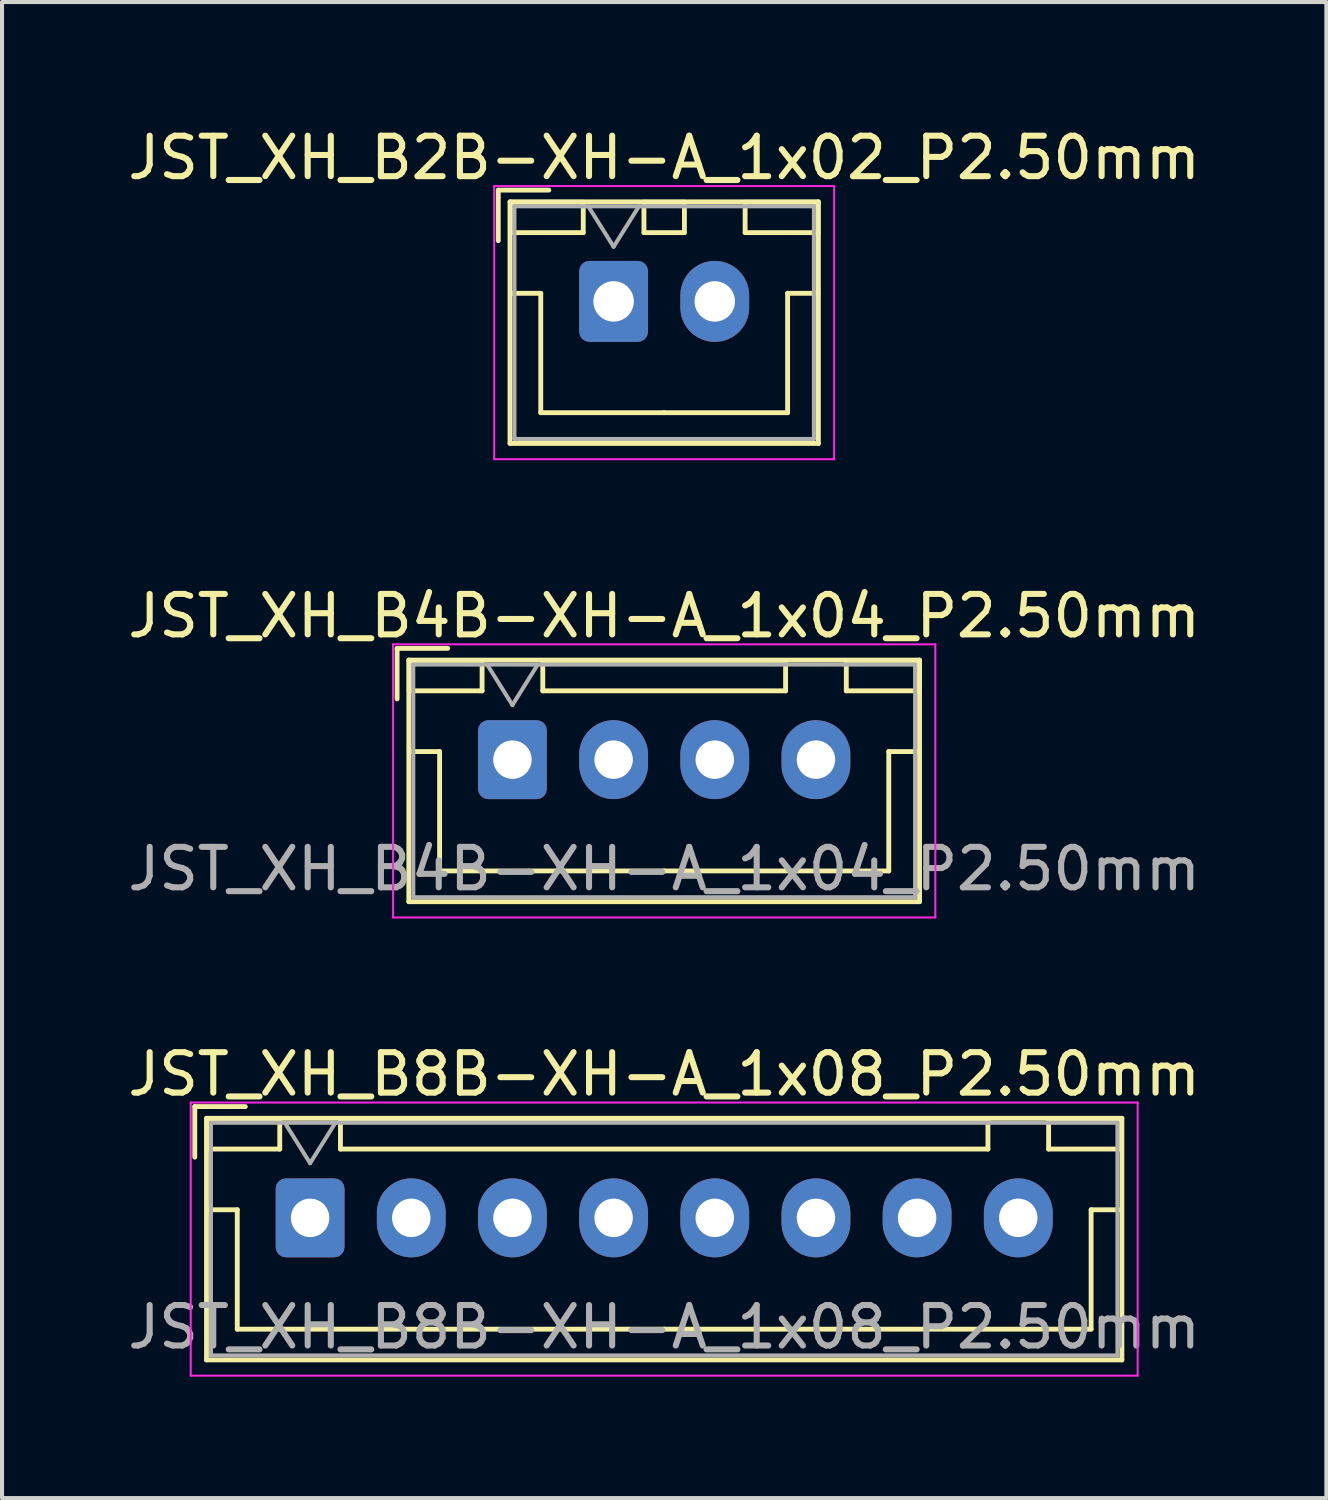
<source format=kicad_pcb>
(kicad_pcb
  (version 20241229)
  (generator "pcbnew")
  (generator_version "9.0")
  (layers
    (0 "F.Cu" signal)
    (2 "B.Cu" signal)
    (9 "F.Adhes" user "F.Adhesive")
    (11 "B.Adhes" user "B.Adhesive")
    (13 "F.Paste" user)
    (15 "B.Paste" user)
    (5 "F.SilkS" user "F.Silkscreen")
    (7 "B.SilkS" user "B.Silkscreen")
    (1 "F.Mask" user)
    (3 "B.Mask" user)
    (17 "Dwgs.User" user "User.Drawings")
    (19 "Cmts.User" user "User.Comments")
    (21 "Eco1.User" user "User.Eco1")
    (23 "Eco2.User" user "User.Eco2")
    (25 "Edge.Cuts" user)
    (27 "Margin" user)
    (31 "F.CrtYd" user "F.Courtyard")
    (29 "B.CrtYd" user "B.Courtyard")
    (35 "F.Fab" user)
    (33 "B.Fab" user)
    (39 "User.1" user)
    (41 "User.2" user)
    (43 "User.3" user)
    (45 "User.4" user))
  (footprint "JST_XH_B4B-XH-A_1x04_P2.50mm"
    (layer "F.Cu")
    (at 9.613 15.722)
    (property "Reference" "JST_XH_B4B-XH-A_1x04_P2.50mm" (at 3.75 -3.55 0) (layer "F.SilkS") (effects (font (size 1 1) (thickness 0.15))))
    (attr through_hole)
    (fp_line (start -2.85 -2.75) (end -2.85 -1.5) (stroke (width 0.12) (type solid)) (layer "F.SilkS"))
    (fp_line (start -2.56 -2.46) (end -2.56 3.51) (stroke (width 0.12) (type solid)) (layer "F.SilkS"))
    (fp_line (start -2.56 3.51) (end 10.06 3.51) (stroke (width 0.12) (type solid)) (layer "F.SilkS"))
    (fp_line (start -2.55 -2.45) (end -2.55 -1.7) (stroke (width 0.12) (type solid)) (layer "F.SilkS"))
    (fp_line (start -2.55 -1.7) (end -0.75 -1.7) (stroke (width 0.12) (type solid)) (layer "F.SilkS"))
    (fp_line (start -2.55 -0.2) (end -1.8 -0.2) (stroke (width 0.12) (type solid)) (layer "F.SilkS"))
    (fp_line (start -1.8 -0.2) (end -1.8 2.75) (stroke (width 0.12) (type solid)) (layer "F.SilkS"))
    (fp_line (start -1.8 2.75) (end 3.75 2.75) (stroke (width 0.12) (type solid)) (layer "F.SilkS"))
    (fp_line (start -1.6 -2.75) (end -2.85 -2.75) (stroke (width 0.12) (type solid)) (layer "F.SilkS"))
    (fp_line (start -0.75 -2.45) (end -2.55 -2.45) (stroke (width 0.12) (type solid)) (layer "F.SilkS"))
    (fp_line (start -0.75 -1.7) (end -0.75 -2.45) (stroke (width 0.12) (type solid)) (layer "F.SilkS"))
    (fp_line (start 0.75 -2.45) (end 0.75 -1.7) (stroke (width 0.12) (type solid)) (layer "F.SilkS"))
    (fp_line (start 0.75 -1.7) (end 6.75 -1.7) (stroke (width 0.12) (type solid)) (layer "F.SilkS"))
    (fp_line (start 6.75 -2.45) (end 0.75 -2.45) (stroke (width 0.12) (type solid)) (layer "F.SilkS"))
    (fp_line (start 6.75 -1.7) (end 6.75 -2.45) (stroke (width 0.12) (type solid)) (layer "F.SilkS"))
    (fp_line (start 8.25 -2.45) (end 8.25 -1.7) (stroke (width 0.12) (type solid)) (layer "F.SilkS"))
    (fp_line (start 8.25 -1.7) (end 10.05 -1.7) (stroke (width 0.12) (type solid)) (layer "F.SilkS"))
    (fp_line (start 9.3 -0.2) (end 9.3 2.75) (stroke (width 0.12) (type solid)) (layer "F.SilkS"))
    (fp_line (start 9.3 2.75) (end 3.75 2.75) (stroke (width 0.12) (type solid)) (layer "F.SilkS"))
    (fp_line (start 10.05 -2.45) (end 8.25 -2.45) (stroke (width 0.12) (type solid)) (layer "F.SilkS"))
    (fp_line (start 10.05 -1.7) (end 10.05 -2.45) (stroke (width 0.12) (type solid)) (layer "F.SilkS"))
    (fp_line (start 10.05 -0.2) (end 9.3 -0.2) (stroke (width 0.12) (type solid)) (layer "F.SilkS"))
    (fp_line (start 10.06 -2.46) (end -2.56 -2.46) (stroke (width 0.12) (type solid)) (layer "F.SilkS"))
    (fp_line (start 10.06 3.51) (end 10.06 -2.46) (stroke (width 0.12) (type solid)) (layer "F.SilkS"))
    (fp_line (start -2.95 -2.85) (end -2.95 3.9) (stroke (width 0.05) (type solid)) (layer "F.CrtYd"))
    (fp_line (start -2.95 3.9) (end 10.45 3.9) (stroke (width 0.05) (type solid)) (layer "F.CrtYd"))
    (fp_line (start 10.45 -2.85) (end -2.95 -2.85) (stroke (width 0.05) (type solid)) (layer "F.CrtYd"))
    (fp_line (start 10.45 3.9) (end 10.45 -2.85) (stroke (width 0.05) (type solid)) (layer "F.CrtYd"))
    (fp_line (start -2.45 -2.35) (end -2.45 3.4) (stroke (width 0.1) (type solid)) (layer "F.Fab"))
    (fp_line (start -2.45 3.4) (end 9.95 3.4) (stroke (width 0.1) (type solid)) (layer "F.Fab"))
    (fp_line (start -0.625 -2.35) (end 0 -1.35) (stroke (width 0.1) (type solid)) (layer "F.Fab"))
    (fp_line (start 0 -1.35) (end 0.625 -2.35) (stroke (width 0.1) (type solid)) (layer "F.Fab"))
    (fp_line (start 9.95 -2.35) (end -2.45 -2.35) (stroke (width 0.1) (type solid)) (layer "F.Fab"))
    (fp_line (start 9.95 3.4) (end 9.95 -2.35) (stroke (width 0.1) (type solid)) (layer "F.Fab"))
    (fp_text user "${REFERENCE}" (at 3.75 2.7 0) (layer "F.Fab") (effects (font (size 1 1) (thickness 0.15))))
    (pad "1" thru_hole roundrect (at 0 0) (size 1.7 1.95) (drill 0.95) (layers "*.Cu" "*.Mask") (roundrect_rratio 0.147))
    (pad "2" thru_hole oval (at 2.5 0) (size 1.7 1.95) (drill 0.95) (layers "*.Cu" "*.Mask"))
    (pad "3" thru_hole oval (at 5 0) (size 1.7 1.95) (drill 0.95) (layers "*.Cu" "*.Mask"))
    (pad "4" thru_hole oval (at 7.5 0) (size 1.7 1.95) (drill 0.95) (layers "*.Cu" "*.Mask")))
  (footprint "JST_XH_B8B-XH-A_1x08_P2.50mm"
    (layer "F.Cu")
    (at 4.613 27.045)
    (property "Reference" "JST_XH_B8B-XH-A_1x08_P2.50mm" (at 8.75 -3.55 0) (layer "F.SilkS") (effects (font (size 1 1) (thickness 0.15))))
    (attr through_hole)
    (fp_line (start -2.85 -2.75) (end -2.85 -1.5) (stroke (width 0.12) (type solid)) (layer "F.SilkS"))
    (fp_line (start -2.56 -2.46) (end -2.56 3.51) (stroke (width 0.12) (type solid)) (layer "F.SilkS"))
    (fp_line (start -2.56 3.51) (end 20.06 3.51) (stroke (width 0.12) (type solid)) (layer "F.SilkS"))
    (fp_line (start -2.55 -2.45) (end -2.55 -1.7) (stroke (width 0.12) (type solid)) (layer "F.SilkS"))
    (fp_line (start -2.55 -1.7) (end -0.75 -1.7) (stroke (width 0.12) (type solid)) (layer "F.SilkS"))
    (fp_line (start -2.55 -0.2) (end -1.8 -0.2) (stroke (width 0.12) (type solid)) (layer "F.SilkS"))
    (fp_line (start -1.8 -0.2) (end -1.8 2.75) (stroke (width 0.12) (type solid)) (layer "F.SilkS"))
    (fp_line (start -1.8 2.75) (end 8.75 2.75) (stroke (width 0.12) (type solid)) (layer "F.SilkS"))
    (fp_line (start -1.6 -2.75) (end -2.85 -2.75) (stroke (width 0.12) (type solid)) (layer "F.SilkS"))
    (fp_line (start -0.75 -2.45) (end -2.55 -2.45) (stroke (width 0.12) (type solid)) (layer "F.SilkS"))
    (fp_line (start -0.75 -1.7) (end -0.75 -2.45) (stroke (width 0.12) (type solid)) (layer "F.SilkS"))
    (fp_line (start 0.75 -2.45) (end 0.75 -1.7) (stroke (width 0.12) (type solid)) (layer "F.SilkS"))
    (fp_line (start 0.75 -1.7) (end 16.75 -1.7) (stroke (width 0.12) (type solid)) (layer "F.SilkS"))
    (fp_line (start 16.75 -2.45) (end 0.75 -2.45) (stroke (width 0.12) (type solid)) (layer "F.SilkS"))
    (fp_line (start 16.75 -1.7) (end 16.75 -2.45) (stroke (width 0.12) (type solid)) (layer "F.SilkS"))
    (fp_line (start 18.25 -2.45) (end 18.25 -1.7) (stroke (width 0.12) (type solid)) (layer "F.SilkS"))
    (fp_line (start 18.25 -1.7) (end 20.05 -1.7) (stroke (width 0.12) (type solid)) (layer "F.SilkS"))
    (fp_line (start 19.3 -0.2) (end 19.3 2.75) (stroke (width 0.12) (type solid)) (layer "F.SilkS"))
    (fp_line (start 19.3 2.75) (end 8.75 2.75) (stroke (width 0.12) (type solid)) (layer "F.SilkS"))
    (fp_line (start 20.05 -2.45) (end 18.25 -2.45) (stroke (width 0.12) (type solid)) (layer "F.SilkS"))
    (fp_line (start 20.05 -1.7) (end 20.05 -2.45) (stroke (width 0.12) (type solid)) (layer "F.SilkS"))
    (fp_line (start 20.05 -0.2) (end 19.3 -0.2) (stroke (width 0.12) (type solid)) (layer "F.SilkS"))
    (fp_line (start 20.06 -2.46) (end -2.56 -2.46) (stroke (width 0.12) (type solid)) (layer "F.SilkS"))
    (fp_line (start 20.06 3.51) (end 20.06 -2.46) (stroke (width 0.12) (type solid)) (layer "F.SilkS"))
    (fp_line (start -2.95 -2.85) (end -2.95 3.9) (stroke (width 0.05) (type solid)) (layer "F.CrtYd"))
    (fp_line (start -2.95 3.9) (end 20.45 3.9) (stroke (width 0.05) (type solid)) (layer "F.CrtYd"))
    (fp_line (start 20.45 -2.85) (end -2.95 -2.85) (stroke (width 0.05) (type solid)) (layer "F.CrtYd"))
    (fp_line (start 20.45 3.9) (end 20.45 -2.85) (stroke (width 0.05) (type solid)) (layer "F.CrtYd"))
    (fp_line (start -2.45 -2.35) (end -2.45 3.4) (stroke (width 0.1) (type solid)) (layer "F.Fab"))
    (fp_line (start -2.45 3.4) (end 19.95 3.4) (stroke (width 0.1) (type solid)) (layer "F.Fab"))
    (fp_line (start -0.625 -2.35) (end 0 -1.35) (stroke (width 0.1) (type solid)) (layer "F.Fab"))
    (fp_line (start 0 -1.35) (end 0.625 -2.35) (stroke (width 0.1) (type solid)) (layer "F.Fab"))
    (fp_line (start 19.95 -2.35) (end -2.45 -2.35) (stroke (width 0.1) (type solid)) (layer "F.Fab"))
    (fp_line (start 19.95 3.4) (end 19.95 -2.35) (stroke (width 0.1) (type solid)) (layer "F.Fab"))
    (fp_text user "${REFERENCE}" (at 8.75 2.7 0) (layer "F.Fab") (effects (font (size 1 1) (thickness 0.15))))
    (pad "1" thru_hole roundrect (at 0 0) (size 1.7 1.95) (drill 0.95) (layers "*.Cu" "*.Mask") (roundrect_rratio 0.147))
    (pad "2" thru_hole oval (at 2.5 0) (size 1.7 1.95) (drill 0.95) (layers "*.Cu" "*.Mask"))
    (pad "3" thru_hole oval (at 5 0) (size 1.7 1.95) (drill 0.95) (layers "*.Cu" "*.Mask"))
    (pad "4" thru_hole oval (at 7.5 0) (size 1.7 1.95) (drill 0.95) (layers "*.Cu" "*.Mask"))
    (pad "5" thru_hole oval (at 10 0) (size 1.7 1.95) (drill 0.95) (layers "*.Cu" "*.Mask"))
    (pad "6" thru_hole oval (at 12.5 0) (size 1.7 1.95) (drill 0.95) (layers "*.Cu" "*.Mask"))
    (pad "7" thru_hole oval (at 15 0) (size 1.7 1.95) (drill 0.95) (layers "*.Cu" "*.Mask"))
    (pad "8" thru_hole oval (at 17.5 0) (size 1.7 1.95) (drill 0.95) (layers "*.Cu" "*.Mask")))
  (footprint "JST_XH_B2B-XH-A_1x02_P2.50mm"
    (layer "F.Cu")
    (at 12.113 4.398)
    (property "Reference" "JST_XH_B2B-XH-A_1x02_P2.50mm" (at 1.25 -3.55 0) (layer "F.SilkS") (effects (font (size 1 1) (thickness 0.15))))
    (attr through_hole)
    (fp_line (start -2.85 -2.75) (end -2.85 -1.5) (stroke (width 0.12) (type solid)) (layer "F.SilkS"))
    (fp_line (start -2.56 -2.46) (end -2.56 3.51) (stroke (width 0.12) (type solid)) (layer "F.SilkS"))
    (fp_line (start -2.56 3.51) (end 5.06 3.51) (stroke (width 0.12) (type solid)) (layer "F.SilkS"))
    (fp_line (start -2.55 -2.45) (end -2.55 -1.7) (stroke (width 0.12) (type solid)) (layer "F.SilkS"))
    (fp_line (start -2.55 -1.7) (end -0.75 -1.7) (stroke (width 0.12) (type solid)) (layer "F.SilkS"))
    (fp_line (start -2.55 -0.2) (end -1.8 -0.2) (stroke (width 0.12) (type solid)) (layer "F.SilkS"))
    (fp_line (start -1.8 -0.2) (end -1.8 2.75) (stroke (width 0.12) (type solid)) (layer "F.SilkS"))
    (fp_line (start -1.8 2.75) (end 1.25 2.75) (stroke (width 0.12) (type solid)) (layer "F.SilkS"))
    (fp_line (start -1.6 -2.75) (end -2.85 -2.75) (stroke (width 0.12) (type solid)) (layer "F.SilkS"))
    (fp_line (start -0.75 -2.45) (end -2.55 -2.45) (stroke (width 0.12) (type solid)) (layer "F.SilkS"))
    (fp_line (start -0.75 -1.7) (end -0.75 -2.45) (stroke (width 0.12) (type solid)) (layer "F.SilkS"))
    (fp_line (start 0.75 -2.45) (end 0.75 -1.7) (stroke (width 0.12) (type solid)) (layer "F.SilkS"))
    (fp_line (start 0.75 -1.7) (end 1.75 -1.7) (stroke (width 0.12) (type solid)) (layer "F.SilkS"))
    (fp_line (start 1.75 -2.45) (end 0.75 -2.45) (stroke (width 0.12) (type solid)) (layer "F.SilkS"))
    (fp_line (start 1.75 -1.7) (end 1.75 -2.45) (stroke (width 0.12) (type solid)) (layer "F.SilkS"))
    (fp_line (start 3.25 -2.45) (end 3.25 -1.7) (stroke (width 0.12) (type solid)) (layer "F.SilkS"))
    (fp_line (start 3.25 -1.7) (end 5.05 -1.7) (stroke (width 0.12) (type solid)) (layer "F.SilkS"))
    (fp_line (start 4.3 -0.2) (end 4.3 2.75) (stroke (width 0.12) (type solid)) (layer "F.SilkS"))
    (fp_line (start 4.3 2.75) (end 1.25 2.75) (stroke (width 0.12) (type solid)) (layer "F.SilkS"))
    (fp_line (start 5.05 -2.45) (end 3.25 -2.45) (stroke (width 0.12) (type solid)) (layer "F.SilkS"))
    (fp_line (start 5.05 -1.7) (end 5.05 -2.45) (stroke (width 0.12) (type solid)) (layer "F.SilkS"))
    (fp_line (start 5.05 -0.2) (end 4.3 -0.2) (stroke (width 0.12) (type solid)) (layer "F.SilkS"))
    (fp_line (start 5.06 -2.46) (end -2.56 -2.46) (stroke (width 0.12) (type solid)) (layer "F.SilkS"))
    (fp_line (start 5.06 3.51) (end 5.06 -2.46) (stroke (width 0.12) (type solid)) (layer "F.SilkS"))
    (fp_line (start -2.95 -2.85) (end -2.95 3.9) (stroke (width 0.05) (type solid)) (layer "F.CrtYd"))
    (fp_line (start -2.95 3.9) (end 5.45 3.9) (stroke (width 0.05) (type solid)) (layer "F.CrtYd"))
    (fp_line (start 5.45 -2.85) (end -2.95 -2.85) (stroke (width 0.05) (type solid)) (layer "F.CrtYd"))
    (fp_line (start 5.45 3.9) (end 5.45 -2.85) (stroke (width 0.05) (type solid)) (layer "F.CrtYd"))
    (fp_line (start -2.45 -2.35) (end -2.45 3.4) (stroke (width 0.1) (type solid)) (layer "F.Fab"))
    (fp_line (start -2.45 3.4) (end 4.95 3.4) (stroke (width 0.1) (type solid)) (layer "F.Fab"))
    (fp_line (start -0.625 -2.35) (end 0 -1.35) (stroke (width 0.1) (type solid)) (layer "F.Fab"))
    (fp_line (start 0 -1.35) (end 0.625 -2.35) (stroke (width 0.1) (type solid)) (layer "F.Fab"))
    (fp_line (start 4.95 -2.35) (end -2.45 -2.35) (stroke (width 0.1) (type solid)) (layer "F.Fab"))
    (fp_line (start 4.95 3.4) (end 4.95 -2.35) (stroke (width 0.1) (type solid)) (layer "F.Fab"))
    (pad "1" thru_hole roundrect (at 0 0) (size 1.7 2) (drill 1) (layers "*.Cu" "*.Mask") (roundrect_rratio 0.147))
    (pad "2" thru_hole oval (at 2.5 0) (size 1.7 2) (drill 1) (layers "*.Cu" "*.Mask")))
  (gr_rect
    (start -3 -3)
    (end 29.726 33.97)
    (stroke (width 0.1) (type default))
    (fill no)
    (layer "Edge.Cuts")))
</source>
